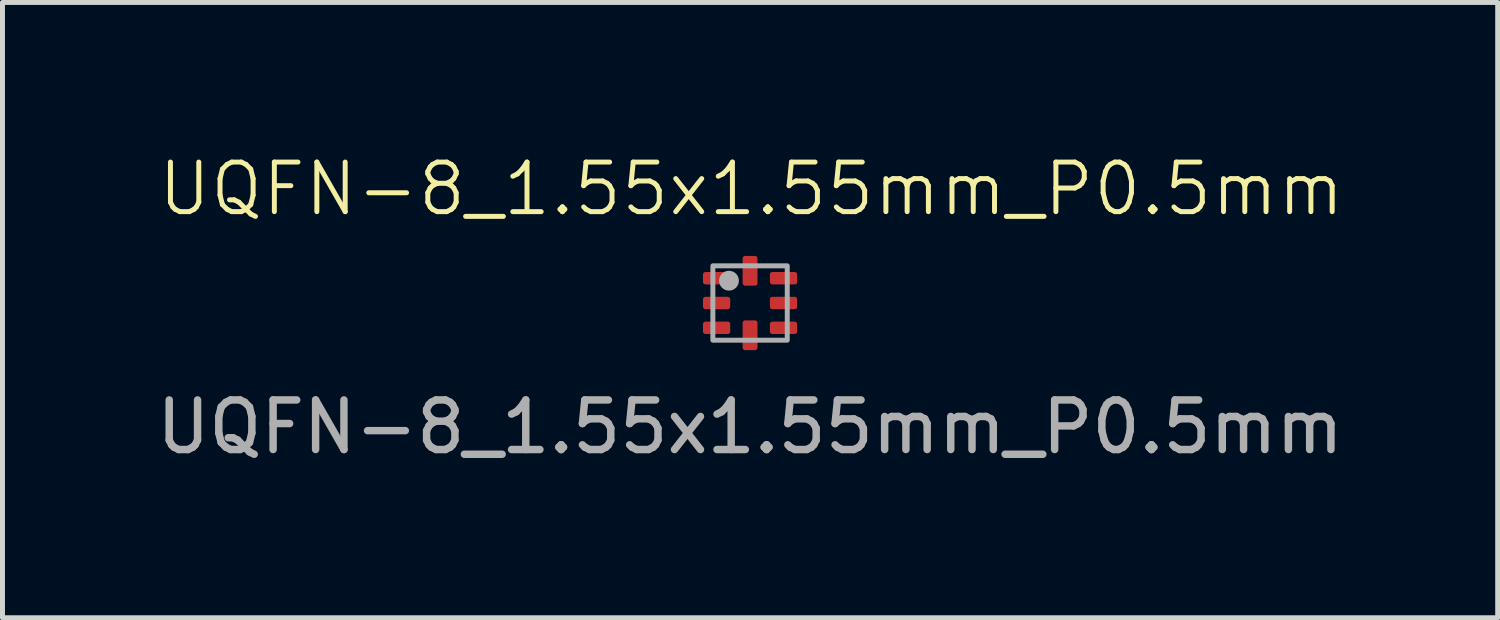
<source format=kicad_pcb>
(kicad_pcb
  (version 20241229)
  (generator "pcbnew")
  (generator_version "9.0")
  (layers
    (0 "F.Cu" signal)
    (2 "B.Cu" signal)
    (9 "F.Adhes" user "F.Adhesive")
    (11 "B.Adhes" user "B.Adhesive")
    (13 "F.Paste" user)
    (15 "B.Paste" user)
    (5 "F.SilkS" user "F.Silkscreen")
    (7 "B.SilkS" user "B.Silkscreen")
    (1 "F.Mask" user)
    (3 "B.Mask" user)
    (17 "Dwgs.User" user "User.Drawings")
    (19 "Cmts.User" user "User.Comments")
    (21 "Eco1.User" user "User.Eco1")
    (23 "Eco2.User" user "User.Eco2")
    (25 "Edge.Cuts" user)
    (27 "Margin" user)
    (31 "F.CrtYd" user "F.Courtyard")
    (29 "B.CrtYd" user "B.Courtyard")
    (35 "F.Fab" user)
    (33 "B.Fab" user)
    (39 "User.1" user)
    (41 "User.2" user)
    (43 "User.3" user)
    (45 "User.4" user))
  (footprint "UQFN-8_1.55x1.55mm_P0.5mm"
    (layer "F.Cu")
    (at 12.077 3.061)
    (property "Reference" "UQFN-8_1.55x1.55mm_P0.5mm" (at 0.025 -2.3 0) (unlocked yes) (layer "F.SilkS") (effects (font (size 1 1) (thickness 0.1))))
    (attr smd)
    (fp_rect (start -0.975 -0.8) (end 0.975 0.8) (stroke (width 0.1) (type default)) (fill no) (layer "Margin"))
    (fp_rect (start -0.75 -0.75) (end 0.75 0.75) (stroke (width 0.1) (type default)) (fill no) (layer "F.Fab"))
    (fp_circle (center -0.425 -0.45) (end -0.425 -0.35) (stroke (width 0.2) (type default)) (fill no) (layer "F.Fab"))
    (fp_text user "${REFERENCE}" (at 0 2.5 0) (unlocked yes) (layer "F.Fab") (effects (font (size 1 1) (thickness 0.15))))
    (pad "1" smd roundrect (at -0.675 -0.5 270) (size 0.25 0.55) (layers "F.Cu" "F.Mask" "F.Paste") (roundrect_rratio 0.2))
    (pad "2" smd roundrect (at -0.675 0 270) (size 0.25 0.55) (layers "F.Cu" "F.Mask" "F.Paste") (roundrect_rratio 0.2))
    (pad "3" smd roundrect (at -0.675 0.5 270) (size 0.25 0.55) (layers "F.Cu" "F.Mask" "F.Paste") (roundrect_rratio 0.2))
    (pad "4" smd roundrect (at 0 0.65 270) (size 0.6 0.3) (layers "F.Cu" "F.Mask" "F.Paste") (roundrect_rratio 0.167))
    (pad "5" smd roundrect (at 0.675 0.5 270) (size 0.25 0.55) (layers "F.Cu" "F.Mask" "F.Paste") (roundrect_rratio 0.2))
    (pad "6" smd roundrect (at 0.675 0 270) (size 0.25 0.55) (layers "F.Cu" "F.Mask" "F.Paste") (roundrect_rratio 0.2))
    (pad "7" smd roundrect (at 0.675 -0.5 270) (size 0.25 0.55) (layers "F.Cu" "F.Mask" "F.Paste") (roundrect_rratio 0.2))
    (pad "8" smd roundrect (at 0 -0.65 270) (size 0.6 0.3) (layers "F.Cu" "F.Mask" "F.Paste") (roundrect_rratio 0.167)))
  (gr_rect
    (start -3 -3)
    (end 27.155 9.409)
    (stroke (width 0.1) (type default))
    (fill no)
    (layer "Edge.Cuts")))
</source>
